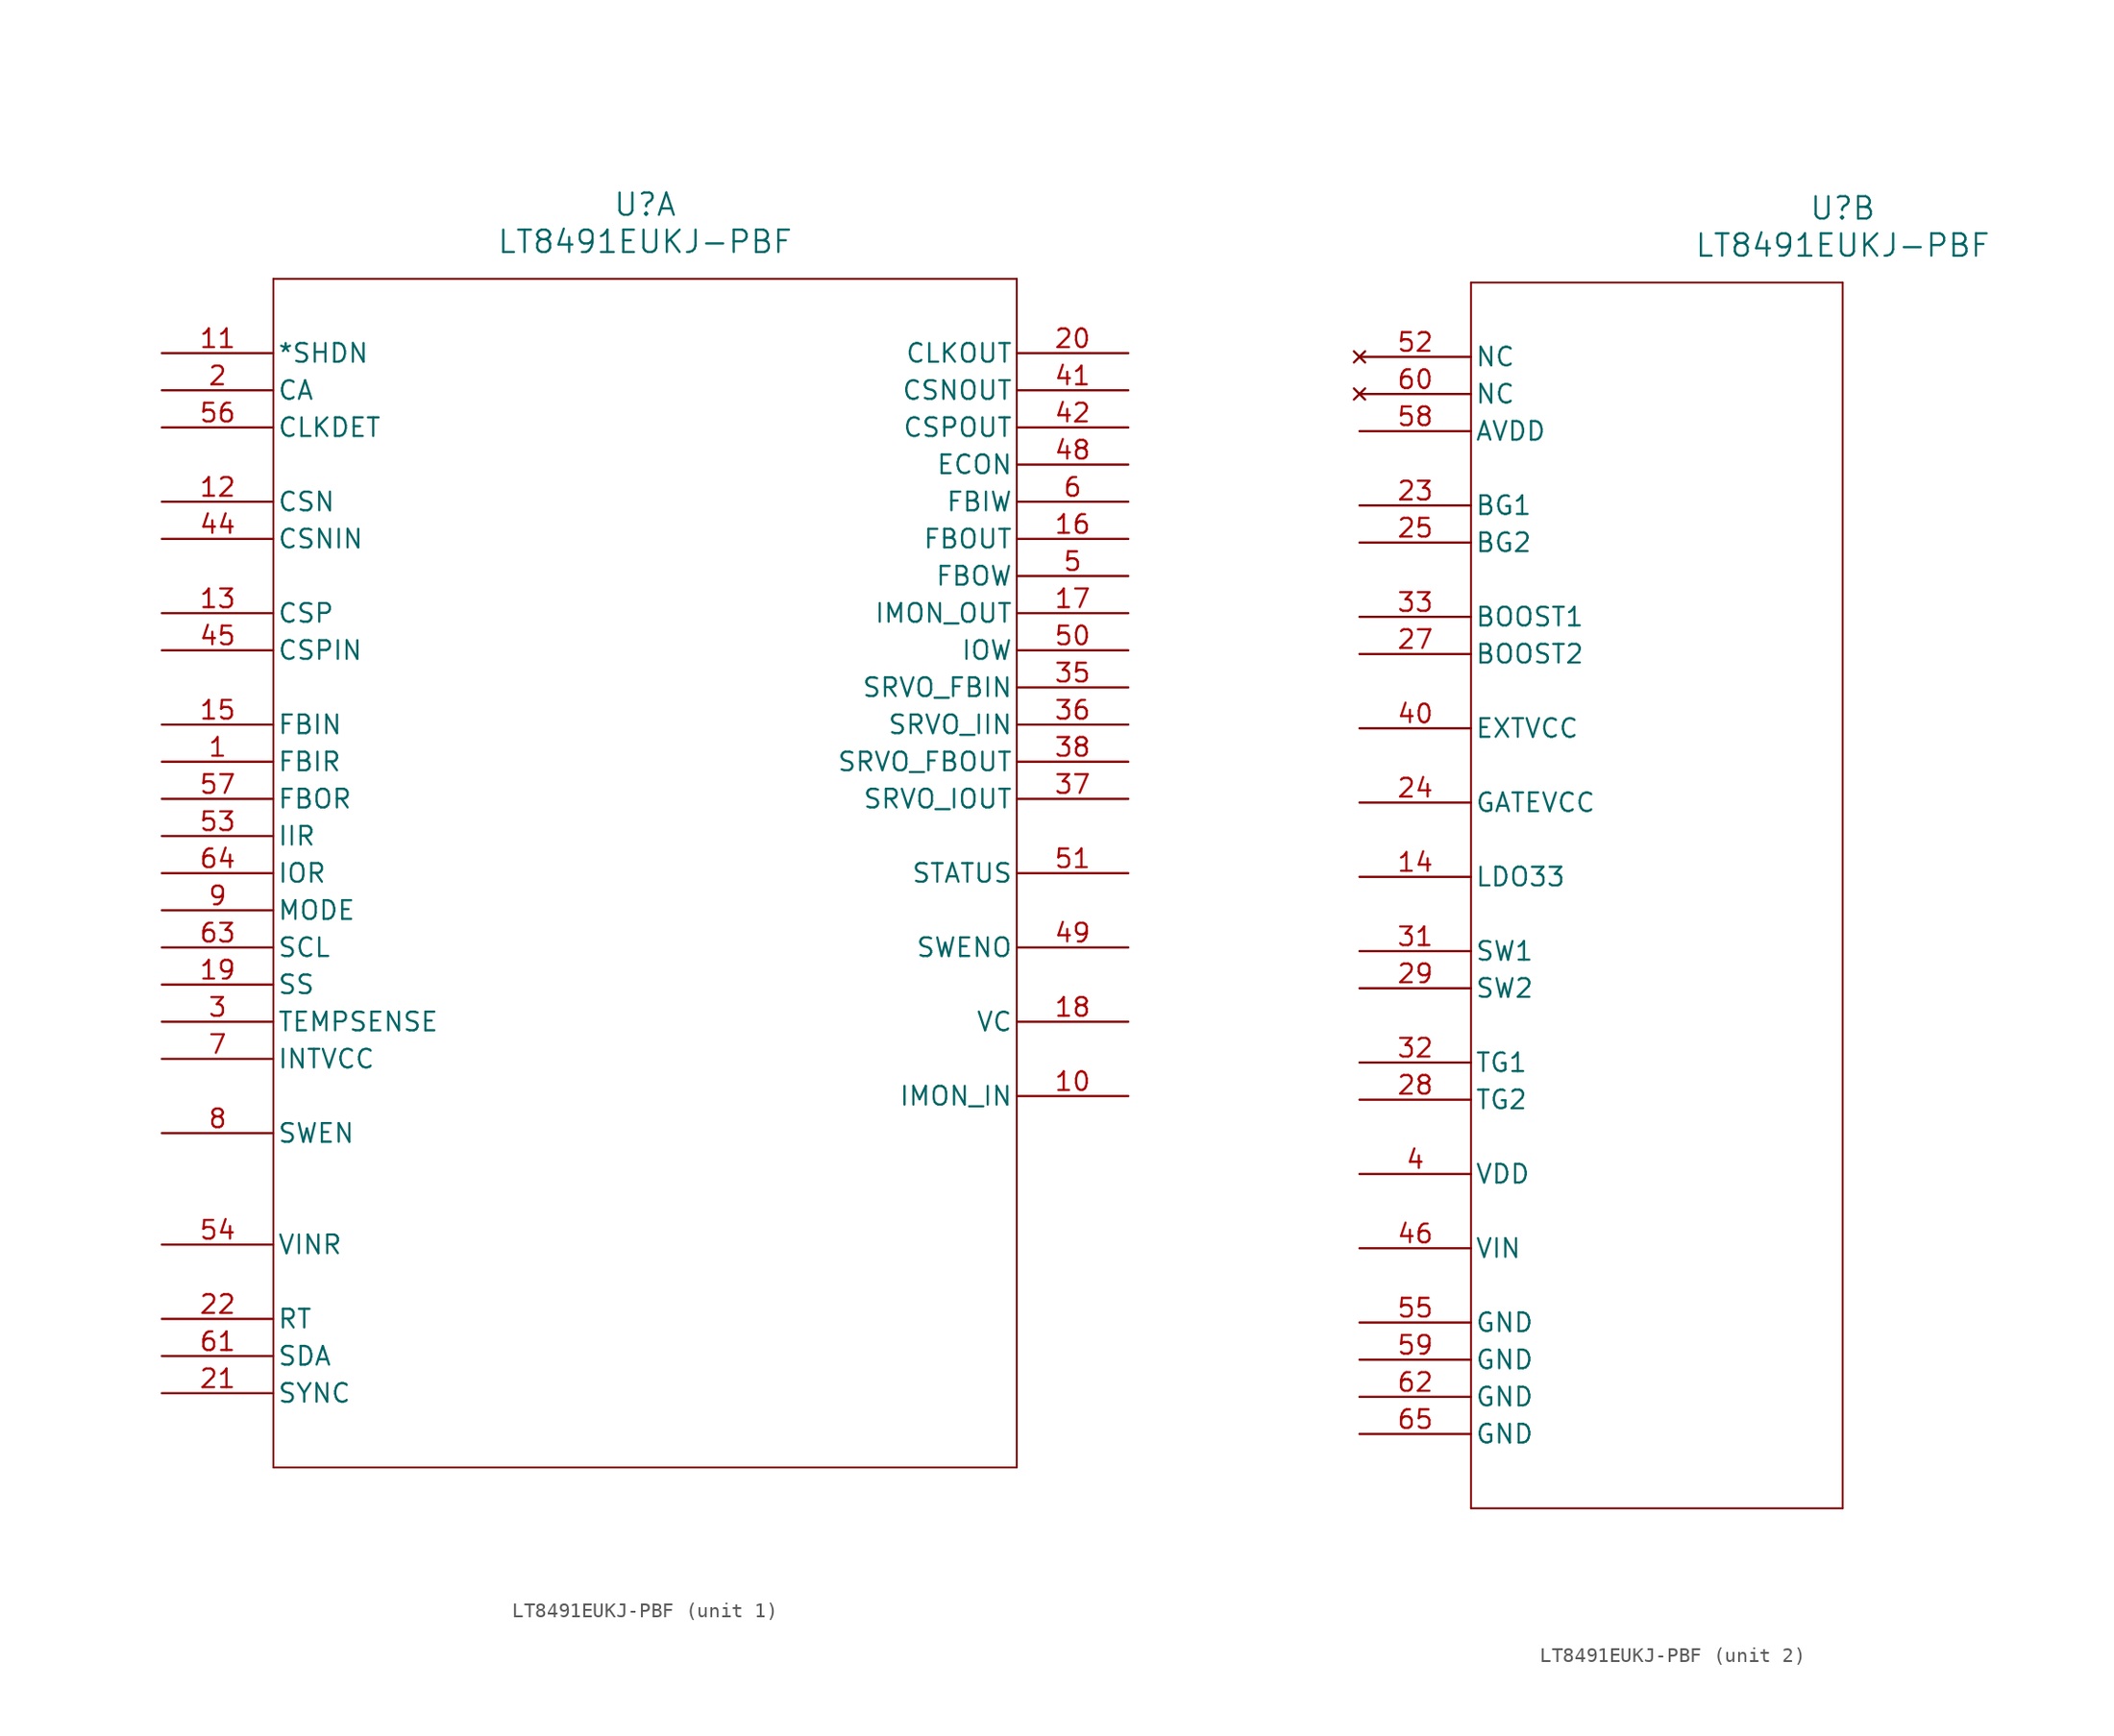
<source format=kicad_sym>
(kicad_symbol_lib
  (version 20211014)
  (generator kicad_symbol_editor)
  (symbol "LT8491EUKJ-PBF"
    (pin_names
      (offset 0.254))
    (property "Reference" "U"
      (at 33.02 10.16 0)
      (effects (font (size 1.524 1.524))))
    (property "Value" "LT8491EUKJ-PBF"
      (at 33.02 7.62 0)
      (effects (font (size 1.524 1.524))))
    (symbol "LT8491EUKJ-PBF_1_1"
      (polyline (pts (xy 7.62 5.08) (xy 7.62 -76.2)) (stroke (width 0.127) (type default) (color 0 0 0 0)) (fill (type none)))
      (polyline (pts (xy 7.62 -76.2) (xy 58.42 -76.2)) (stroke (width 0.127) (type default) (color 0 0 0 0)) (fill (type none)))
      (polyline (pts (xy 58.42 -76.2) (xy 58.42 5.08)) (stroke (width 0.127) (type default) (color 0 0 0 0)) (fill (type none)))
      (polyline (pts (xy 58.42 5.08) (xy 7.62 5.08)) (stroke (width 0.127) (type default) (color 0 0 0 0)) (fill (type none)))
      (pin input line (at 0 -27.94 0) (length 7.62) (name "FBIR" (effects (font (size 1.27 1.27)))) (number "1" (effects (font (size 1.27 1.27)))))
      (pin input line (at 0 -2.54 0) (length 7.62) (name "CA" (effects (font (size 1.27 1.27)))) (number "2" (effects (font (size 1.27 1.27)))))
      (pin input line (at 0 -45.72 0) (length 7.62) (name "TEMPSENSE" (effects (font (size 1.27 1.27)))) (number "3" (effects (font (size 1.27 1.27)))))
      (pin output line (at 66.04 -15.24 180) (length 7.62) (name "FBOW" (effects (font (size 1.27 1.27)))) (number "5" (effects (font (size 1.27 1.27)))))
      (pin output line (at 66.04 -10.16 180) (length 7.62) (name "FBIW" (effects (font (size 1.27 1.27)))) (number "6" (effects (font (size 1.27 1.27)))))
      (pin power_in line (at 0 -48.26 0) (length 7.62) (name "INTVCC" (effects (font (size 1.27 1.27)))) (number "7" (effects (font (size 1.27 1.27)))))
      (pin input line (at 0 -53.34 0) (length 7.62) (name "SWEN" (effects (font (size 1.27 1.27)))) (number "8" (effects (font (size 1.27 1.27)))))
      (pin input line (at 0 -38.1 0) (length 7.62) (name "MODE" (effects (font (size 1.27 1.27)))) (number "9" (effects (font (size 1.27 1.27)))))
      (pin unspecified line (at 66.04 -50.8 180) (length 7.62) (name "IMON_IN" (effects (font (size 1.27 1.27)))) (number "10" (effects (font (size 1.27 1.27)))))
      (pin input line (at 0 0 0) (length 7.62) (name "*SHDN" (effects (font (size 1.27 1.27)))) (number "11" (effects (font (size 1.27 1.27)))))
      (pin input line (at 0 -10.16 0) (length 7.62) (name "CSN" (effects (font (size 1.27 1.27)))) (number "12" (effects (font (size 1.27 1.27)))))
      (pin input line (at 0 -17.78 0) (length 7.62) (name "CSP" (effects (font (size 1.27 1.27)))) (number "13" (effects (font (size 1.27 1.27)))))
      (pin input line (at 0 -25.4 0) (length 7.62) (name "FBIN" (effects (font (size 1.27 1.27)))) (number "15" (effects (font (size 1.27 1.27)))))
      (pin input line (at 66.04 -12.7 180) (length 7.62) (name "FBOUT" (effects (font (size 1.27 1.27)))) (number "16" (effects (font (size 1.27 1.27)))))
      (pin output line (at 66.04 -17.78 180) (length 7.62) (name "IMON_OUT" (effects (font (size 1.27 1.27)))) (number "17" (effects (font (size 1.27 1.27)))))
      (pin output line (at 66.04 -45.72 180) (length 7.62) (name "VC" (effects (font (size 1.27 1.27)))) (number "18" (effects (font (size 1.27 1.27)))))
      (pin input line (at 0 -43.18 0) (length 7.62) (name "SS" (effects (font (size 1.27 1.27)))) (number "19" (effects (font (size 1.27 1.27)))))
      (pin output line (at 66.04 0 180) (length 7.62) (name "CLKOUT" (effects (font (size 1.27 1.27)))) (number "20" (effects (font (size 1.27 1.27)))))
      (pin unspecified line (at 0 -71.12 0) (length 7.62) (name "SYNC" (effects (font (size 1.27 1.27)))) (number "21" (effects (font (size 1.27 1.27)))))
      (pin unspecified line (at 0 -66.04 0) (length 7.62) (name "RT" (effects (font (size 1.27 1.27)))) (number "22" (effects (font (size 1.27 1.27)))))
      (pin output line (at 66.04 -22.86 180) (length 7.62) (name "SRVO_FBIN" (effects (font (size 1.27 1.27)))) (number "35" (effects (font (size 1.27 1.27)))))
      (pin output line (at 66.04 -25.4 180) (length 7.62) (name "SRVO_IIN" (effects (font (size 1.27 1.27)))) (number "36" (effects (font (size 1.27 1.27)))))
      (pin output line (at 66.04 -30.48 180) (length 7.62) (name "SRVO_IOUT" (effects (font (size 1.27 1.27)))) (number "37" (effects (font (size 1.27 1.27)))))
      (pin output line (at 66.04 -27.94 180) (length 7.62) (name "SRVO_FBOUT" (effects (font (size 1.27 1.27)))) (number "38" (effects (font (size 1.27 1.27)))))
      (pin input line (at 66.04 -2.54 180) (length 7.62) (name "CSNOUT" (effects (font (size 1.27 1.27)))) (number "41" (effects (font (size 1.27 1.27)))))
      (pin input line (at 66.04 -5.08 180) (length 7.62) (name "CSPOUT" (effects (font (size 1.27 1.27)))) (number "42" (effects (font (size 1.27 1.27)))))
      (pin input line (at 0 -12.7 0) (length 7.62) (name "CSNIN" (effects (font (size 1.27 1.27)))) (number "44" (effects (font (size 1.27 1.27)))))
      (pin input line (at 0 -20.32 0) (length 7.62) (name "CSPIN" (effects (font (size 1.27 1.27)))) (number "45" (effects (font (size 1.27 1.27)))))
      (pin output line (at 66.04 -7.62 180) (length 7.62) (name "ECON" (effects (font (size 1.27 1.27)))) (number "48" (effects (font (size 1.27 1.27)))))
      (pin output line (at 66.04 -40.64 180) (length 7.62) (name "SWENO" (effects (font (size 1.27 1.27)))) (number "49" (effects (font (size 1.27 1.27)))))
      (pin output line (at 66.04 -20.32 180) (length 7.62) (name "IOW" (effects (font (size 1.27 1.27)))) (number "50" (effects (font (size 1.27 1.27)))))
      (pin output line (at 66.04 -35.56 180) (length 7.62) (name "STATUS" (effects (font (size 1.27 1.27)))) (number "51" (effects (font (size 1.27 1.27)))))
      (pin input line (at 0 -33.02 0) (length 7.62) (name "IIR" (effects (font (size 1.27 1.27)))) (number "53" (effects (font (size 1.27 1.27)))))
      (pin input line (at 0 -60.96 0) (length 7.62) (name "VINR" (effects (font (size 1.27 1.27)))) (number "54" (effects (font (size 1.27 1.27)))))
      (pin input line (at 0 -5.08 0) (length 7.62) (name "CLKDET" (effects (font (size 1.27 1.27)))) (number "56" (effects (font (size 1.27 1.27)))))
      (pin input line (at 0 -30.48 0) (length 7.62) (name "FBOR" (effects (font (size 1.27 1.27)))) (number "57" (effects (font (size 1.27 1.27)))))
      (pin bidirectional line (at 0 -68.58 0) (length 7.62) (name "SDA" (effects (font (size 1.27 1.27)))) (number "61" (effects (font (size 1.27 1.27)))))
      (pin input line (at 0 -40.64 0) (length 7.62) (name "SCL" (effects (font (size 1.27 1.27)))) (number "63" (effects (font (size 1.27 1.27)))))
      (pin input line (at 0 -35.56 0) (length 7.62) (name "IOR" (effects (font (size 1.27 1.27)))) (number "64" (effects (font (size 1.27 1.27))))))
    (symbol "LT8491EUKJ-PBF_2_1"
      (polyline (pts (xy 7.62 5.08) (xy 7.62 -78.74)) (stroke (width 0.127) (type default) (color 0 0 0 0)) (fill (type none)))
      (polyline (pts (xy 7.62 -78.74) (xy 33.02 -78.74)) (stroke (width 0.127) (type default) (color 0 0 0 0)) (fill (type none)))
      (polyline (pts (xy 33.02 -78.74) (xy 33.02 5.08)) (stroke (width 0.127) (type default) (color 0 0 0 0)) (fill (type none)))
      (polyline (pts (xy 33.02 5.08) (xy 7.62 5.08)) (stroke (width 0.127) (type default) (color 0 0 0 0)) (fill (type none)))
      (pin power_in line (at 0 -55.88 0) (length 7.62) (name "VDD" (effects (font (size 1.27 1.27)))) (number "4" (effects (font (size 1.27 1.27)))))
      (pin power_in line (at 0 -35.56 0) (length 7.62) (name "LDO33" (effects (font (size 1.27 1.27)))) (number "14" (effects (font (size 1.27 1.27)))))
      (pin power_in line (at 0 -10.16 0) (length 7.62) (name "BG1" (effects (font (size 1.27 1.27)))) (number "23" (effects (font (size 1.27 1.27)))))
      (pin power_in line (at 0 -30.48 0) (length 7.62) (name "GATEVCC" (effects (font (size 1.27 1.27)))) (number "24" (effects (font (size 1.27 1.27)))))
      (pin power_in line (at 0 -12.7 0) (length 7.62) (name "BG2" (effects (font (size 1.27 1.27)))) (number "25" (effects (font (size 1.27 1.27)))))
      (pin power_in line (at 0 -20.32 0) (length 7.62) (name "BOOST2" (effects (font (size 1.27 1.27)))) (number "27" (effects (font (size 1.27 1.27)))))
      (pin power_in line (at 0 -50.8 0) (length 7.62) (name "TG2" (effects (font (size 1.27 1.27)))) (number "28" (effects (font (size 1.27 1.27)))))
      (pin power_in line (at 0 -43.18 0) (length 7.62) (name "SW2" (effects (font (size 1.27 1.27)))) (number "29" (effects (font (size 1.27 1.27)))))
      (pin power_in line (at 0 -40.64 0) (length 7.62) (name "SW1" (effects (font (size 1.27 1.27)))) (number "31" (effects (font (size 1.27 1.27)))))
      (pin power_in line (at 0 -48.26 0) (length 7.62) (name "TG1" (effects (font (size 1.27 1.27)))) (number "32" (effects (font (size 1.27 1.27)))))
      (pin power_in line (at 0 -17.78 0) (length 7.62) (name "BOOST1" (effects (font (size 1.27 1.27)))) (number "33" (effects (font (size 1.27 1.27)))))
      (pin power_in line (at 0 -25.4 0) (length 7.62) (name "EXTVCC" (effects (font (size 1.27 1.27)))) (number "40" (effects (font (size 1.27 1.27)))))
      (pin power_in line (at 0 -60.96 0) (length 7.62) (name "VIN" (effects (font (size 1.27 1.27)))) (number "46" (effects (font (size 1.27 1.27)))))
      (pin no_connect line (at 0 0 0) (length 7.62) (name "NC" (effects (font (size 1.27 1.27)))) (number "52" (effects (font (size 1.27 1.27)))))
      (pin power_out line (at 0 -66.04 0) (length 7.62) (name "GND" (effects (font (size 1.27 1.27)))) (number "55" (effects (font (size 1.27 1.27)))))
      (pin power_in line (at 0 -5.08 0) (length 7.62) (name "AVDD" (effects (font (size 1.27 1.27)))) (number "58" (effects (font (size 1.27 1.27)))))
      (pin power_out line (at 0 -68.58 0) (length 7.62) (name "GND" (effects (font (size 1.27 1.27)))) (number "59" (effects (font (size 1.27 1.27)))))
      (pin no_connect line (at 0 -2.54 0) (length 7.62) (name "NC" (effects (font (size 1.27 1.27)))) (number "60" (effects (font (size 1.27 1.27)))))
      (pin power_out line (at 0 -71.12 0) (length 7.62) (name "GND" (effects (font (size 1.27 1.27)))) (number "62" (effects (font (size 1.27 1.27)))))
      (pin power_out line (at 0 -73.66 0) (length 7.62) (name "GND" (effects (font (size 1.27 1.27)))) (number "65" (effects (font (size 1.27 1.27))))))))
</source>
